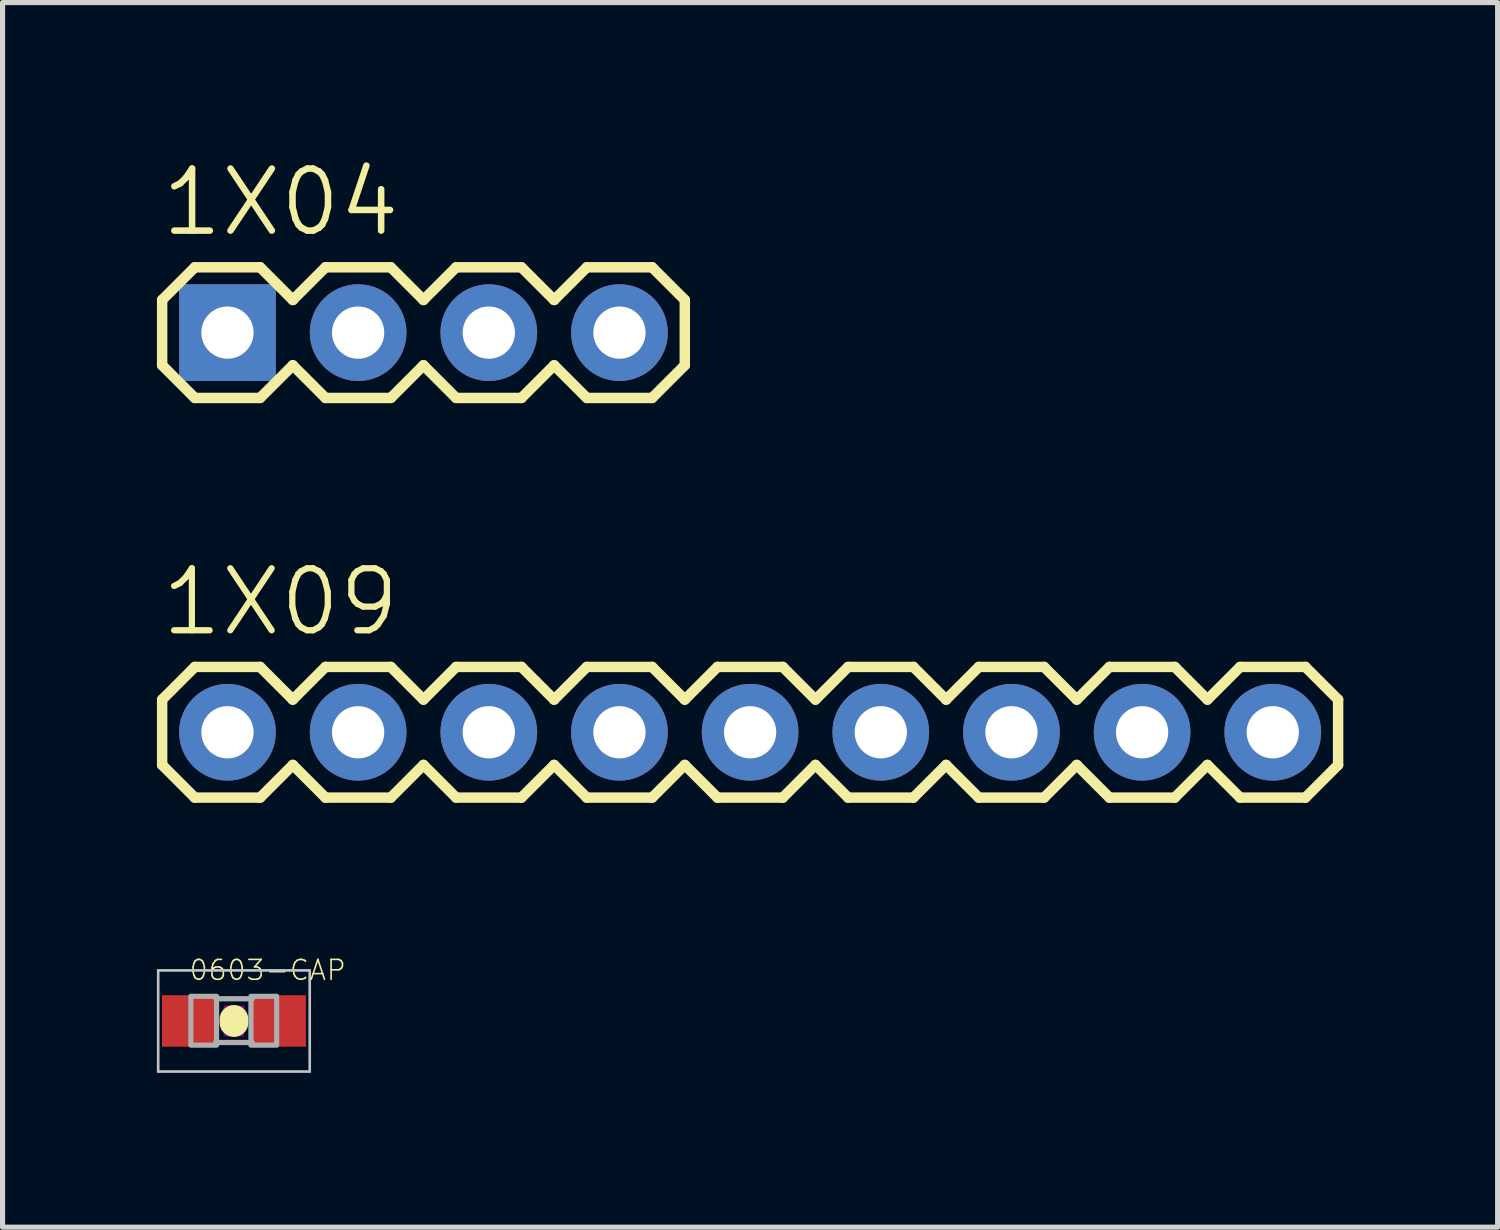
<source format=kicad_pcb>
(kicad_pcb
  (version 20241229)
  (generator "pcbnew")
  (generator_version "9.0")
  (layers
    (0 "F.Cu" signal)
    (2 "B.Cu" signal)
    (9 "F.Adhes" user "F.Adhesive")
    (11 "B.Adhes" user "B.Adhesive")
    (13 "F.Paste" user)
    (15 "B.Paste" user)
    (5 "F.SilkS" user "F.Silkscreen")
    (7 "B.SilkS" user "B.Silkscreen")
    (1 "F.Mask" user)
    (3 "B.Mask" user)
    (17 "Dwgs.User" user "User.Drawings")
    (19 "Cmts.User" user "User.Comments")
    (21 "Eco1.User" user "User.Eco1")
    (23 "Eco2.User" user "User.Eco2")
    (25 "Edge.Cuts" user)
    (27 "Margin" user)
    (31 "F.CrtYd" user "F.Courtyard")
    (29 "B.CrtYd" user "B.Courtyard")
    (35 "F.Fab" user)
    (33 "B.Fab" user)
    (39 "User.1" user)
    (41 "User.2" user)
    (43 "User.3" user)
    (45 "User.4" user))
  (footprint "1X04"
    (layer "F.Cu")
    (at 1.372 3.416)
    (property "Reference" "1X04" (at -1.346 -1.829 0) (layer "F.SilkS") (effects (font (size 1.206 1.206) (thickness 0.127)) (justify left bottom)))
    (attr through_hole)
    (fp_line (start -1.27 -0.635) (end -1.27 0.635) (stroke (width 0.203) (type solid)) (layer "F.SilkS"))
    (fp_line (start -1.27 0.635) (end -0.635 1.27) (stroke (width 0.203) (type solid)) (layer "F.SilkS"))
    (fp_line (start -0.635 -1.27) (end -1.27 -0.635) (stroke (width 0.203) (type solid)) (layer "F.SilkS"))
    (fp_line (start -0.635 -1.27) (end 0.635 -1.27) (stroke (width 0.203) (type solid)) (layer "F.SilkS"))
    (fp_line (start 0.635 -1.27) (end 1.27 -0.635) (stroke (width 0.203) (type solid)) (layer "F.SilkS"))
    (fp_line (start 0.635 1.27) (end -0.635 1.27) (stroke (width 0.203) (type solid)) (layer "F.SilkS"))
    (fp_line (start 1.27 -0.635) (end 1.905 -1.27) (stroke (width 0.203) (type solid)) (layer "F.SilkS"))
    (fp_line (start 1.27 0.635) (end 0.635 1.27) (stroke (width 0.203) (type solid)) (layer "F.SilkS"))
    (fp_line (start 1.905 -1.27) (end 3.175 -1.27) (stroke (width 0.203) (type solid)) (layer "F.SilkS"))
    (fp_line (start 1.905 1.27) (end 1.27 0.635) (stroke (width 0.203) (type solid)) (layer "F.SilkS"))
    (fp_line (start 3.175 -1.27) (end 3.81 -0.635) (stroke (width 0.203) (type solid)) (layer "F.SilkS"))
    (fp_line (start 3.175 1.27) (end 1.905 1.27) (stroke (width 0.203) (type solid)) (layer "F.SilkS"))
    (fp_line (start 3.81 -0.635) (end 4.445 -1.27) (stroke (width 0.203) (type solid)) (layer "F.SilkS"))
    (fp_line (start 3.81 0.635) (end 3.175 1.27) (stroke (width 0.203) (type solid)) (layer "F.SilkS"))
    (fp_line (start 4.445 -1.27) (end 5.715 -1.27) (stroke (width 0.203) (type solid)) (layer "F.SilkS"))
    (fp_line (start 4.445 1.27) (end 3.81 0.635) (stroke (width 0.203) (type solid)) (layer "F.SilkS"))
    (fp_line (start 5.715 -1.27) (end 6.35 -0.635) (stroke (width 0.203) (type solid)) (layer "F.SilkS"))
    (fp_line (start 5.715 1.27) (end 4.445 1.27) (stroke (width 0.203) (type solid)) (layer "F.SilkS"))
    (fp_line (start 6.35 0.635) (end 5.715 1.27) (stroke (width 0.203) (type solid)) (layer "F.SilkS"))
    (fp_line (start 6.35 0.635) (end 6.985 1.27) (stroke (width 0.203) (type solid)) (layer "F.SilkS"))
    (fp_line (start 6.985 -1.27) (end 6.35 -0.635) (stroke (width 0.203) (type solid)) (layer "F.SilkS"))
    (fp_line (start 6.985 -1.27) (end 8.255 -1.27) (stroke (width 0.203) (type solid)) (layer "F.SilkS"))
    (fp_line (start 8.255 -1.27) (end 8.89 -0.635) (stroke (width 0.203) (type solid)) (layer "F.SilkS"))
    (fp_line (start 8.255 1.27) (end 6.985 1.27) (stroke (width 0.203) (type solid)) (layer "F.SilkS"))
    (fp_line (start 8.89 -0.635) (end 8.89 0.635) (stroke (width 0.203) (type solid)) (layer "F.SilkS"))
    (fp_line (start 8.89 0.635) (end 8.255 1.27) (stroke (width 0.203) (type solid)) (layer "F.SilkS"))
    (fp_poly (pts (xy -0.254 0.254) (xy 0.254 0.254) (xy 0.254 -0.254) (xy -0.254 -0.254)) (stroke (width 0.1) (type solid)) (fill no) (layer "F.Fab"))
    (fp_poly (pts (xy 2.286 0.254) (xy 2.794 0.254) (xy 2.794 -0.254) (xy 2.286 -0.254)) (stroke (width 0.1) (type solid)) (fill no) (layer "F.Fab"))
    (fp_poly (pts (xy 4.826 0.254) (xy 5.334 0.254) (xy 5.334 -0.254) (xy 4.826 -0.254)) (stroke (width 0.1) (type solid)) (fill no) (layer "F.Fab"))
    (fp_poly (pts (xy 7.366 0.254) (xy 7.874 0.254) (xy 7.874 -0.254) (xy 7.366 -0.254)) (stroke (width 0.1) (type solid)) (fill no) (layer "F.Fab"))
    (pad "1" thru_hole rect (at 0 0 90) (size 1.88 1.88) (drill 1.016) (layers "*.Cu" "*.Mask"))
    (pad "2" thru_hole circle (at 2.54 0 90) (size 1.88 1.88) (drill 1.016) (layers "*.Cu" "*.Mask"))
    (pad "3" thru_hole circle (at 5.08 0 90) (size 1.88 1.88) (drill 1.016) (layers "*.Cu" "*.Mask"))
    (pad "4" thru_hole circle (at 7.62 0 90) (size 1.88 1.88) (drill 1.016) (layers "*.Cu" "*.Mask")))
  (footprint "1X09"
    (layer "F.Cu")
    (at 1.372 11.185)
    (property "Reference" "1X09" (at -1.346 -1.829 0) (layer "F.SilkS") (effects (font (size 1.206 1.206) (thickness 0.121)) (justify left bottom)))
    (attr through_hole)
    (fp_line (start -1.27 -0.635) (end -1.27 0.635) (stroke (width 0.203) (type solid)) (layer "F.SilkS"))
    (fp_line (start -1.27 0.635) (end -0.635 1.27) (stroke (width 0.203) (type solid)) (layer "F.SilkS"))
    (fp_line (start -0.635 -1.27) (end -1.27 -0.635) (stroke (width 0.203) (type solid)) (layer "F.SilkS"))
    (fp_line (start -0.635 -1.27) (end 0.635 -1.27) (stroke (width 0.203) (type solid)) (layer "F.SilkS"))
    (fp_line (start 0.635 -1.27) (end 1.27 -0.635) (stroke (width 0.203) (type solid)) (layer "F.SilkS"))
    (fp_line (start 0.635 1.27) (end -0.635 1.27) (stroke (width 0.203) (type solid)) (layer "F.SilkS"))
    (fp_line (start 1.27 -0.635) (end 1.905 -1.27) (stroke (width 0.203) (type solid)) (layer "F.SilkS"))
    (fp_line (start 1.27 0.635) (end 0.635 1.27) (stroke (width 0.203) (type solid)) (layer "F.SilkS"))
    (fp_line (start 1.905 -1.27) (end 3.175 -1.27) (stroke (width 0.203) (type solid)) (layer "F.SilkS"))
    (fp_line (start 1.905 1.27) (end 1.27 0.635) (stroke (width 0.203) (type solid)) (layer "F.SilkS"))
    (fp_line (start 3.175 -1.27) (end 3.81 -0.635) (stroke (width 0.203) (type solid)) (layer "F.SilkS"))
    (fp_line (start 3.175 1.27) (end 1.905 1.27) (stroke (width 0.203) (type solid)) (layer "F.SilkS"))
    (fp_line (start 3.81 -0.635) (end 4.445 -1.27) (stroke (width 0.203) (type solid)) (layer "F.SilkS"))
    (fp_line (start 3.81 0.635) (end 3.175 1.27) (stroke (width 0.203) (type solid)) (layer "F.SilkS"))
    (fp_line (start 4.445 -1.27) (end 5.715 -1.27) (stroke (width 0.203) (type solid)) (layer "F.SilkS"))
    (fp_line (start 4.445 1.27) (end 3.81 0.635) (stroke (width 0.203) (type solid)) (layer "F.SilkS"))
    (fp_line (start 5.715 -1.27) (end 6.35 -0.635) (stroke (width 0.203) (type solid)) (layer "F.SilkS"))
    (fp_line (start 5.715 1.27) (end 4.445 1.27) (stroke (width 0.203) (type solid)) (layer "F.SilkS"))
    (fp_line (start 6.35 0.635) (end 5.715 1.27) (stroke (width 0.203) (type solid)) (layer "F.SilkS"))
    (fp_line (start 6.35 0.635) (end 6.985 1.27) (stroke (width 0.203) (type solid)) (layer "F.SilkS"))
    (fp_line (start 6.985 -1.27) (end 6.35 -0.635) (stroke (width 0.203) (type solid)) (layer "F.SilkS"))
    (fp_line (start 6.985 -1.27) (end 8.255 -1.27) (stroke (width 0.203) (type solid)) (layer "F.SilkS"))
    (fp_line (start 8.255 -1.27) (end 8.89 -0.635) (stroke (width 0.203) (type solid)) (layer "F.SilkS"))
    (fp_line (start 8.255 1.27) (end 6.985 1.27) (stroke (width 0.203) (type solid)) (layer "F.SilkS"))
    (fp_line (start 8.89 -0.635) (end 9.525 -1.27) (stroke (width 0.203) (type solid)) (layer "F.SilkS"))
    (fp_line (start 8.89 0.635) (end 8.255 1.27) (stroke (width 0.203) (type solid)) (layer "F.SilkS"))
    (fp_line (start 9.525 -1.27) (end 10.795 -1.27) (stroke (width 0.203) (type solid)) (layer "F.SilkS"))
    (fp_line (start 9.525 1.27) (end 8.89 0.635) (stroke (width 0.203) (type solid)) (layer "F.SilkS"))
    (fp_line (start 10.795 -1.27) (end 11.43 -0.635) (stroke (width 0.203) (type solid)) (layer "F.SilkS"))
    (fp_line (start 10.795 1.27) (end 9.525 1.27) (stroke (width 0.203) (type solid)) (layer "F.SilkS"))
    (fp_line (start 11.43 -0.635) (end 12.065 -1.27) (stroke (width 0.203) (type solid)) (layer "F.SilkS"))
    (fp_line (start 11.43 0.635) (end 10.795 1.27) (stroke (width 0.203) (type solid)) (layer "F.SilkS"))
    (fp_line (start 12.065 -1.27) (end 13.335 -1.27) (stroke (width 0.203) (type solid)) (layer "F.SilkS"))
    (fp_line (start 12.065 1.27) (end 11.43 0.635) (stroke (width 0.203) (type solid)) (layer "F.SilkS"))
    (fp_line (start 13.335 -1.27) (end 13.97 -0.635) (stroke (width 0.203) (type solid)) (layer "F.SilkS"))
    (fp_line (start 13.335 1.27) (end 12.065 1.27) (stroke (width 0.203) (type solid)) (layer "F.SilkS"))
    (fp_line (start 13.97 0.635) (end 13.335 1.27) (stroke (width 0.203) (type solid)) (layer "F.SilkS"))
    (fp_line (start 13.97 0.635) (end 14.605 1.27) (stroke (width 0.203) (type solid)) (layer "F.SilkS"))
    (fp_line (start 14.605 -1.27) (end 13.97 -0.635) (stroke (width 0.203) (type solid)) (layer "F.SilkS"))
    (fp_line (start 14.605 -1.27) (end 15.875 -1.27) (stroke (width 0.203) (type solid)) (layer "F.SilkS"))
    (fp_line (start 15.875 -1.27) (end 16.51 -0.635) (stroke (width 0.203) (type solid)) (layer "F.SilkS"))
    (fp_line (start 15.875 1.27) (end 14.605 1.27) (stroke (width 0.203) (type solid)) (layer "F.SilkS"))
    (fp_line (start 16.51 0.635) (end 15.875 1.27) (stroke (width 0.203) (type solid)) (layer "F.SilkS"))
    (fp_line (start 16.51 0.635) (end 17.145 1.27) (stroke (width 0.203) (type solid)) (layer "F.SilkS"))
    (fp_line (start 17.145 -1.27) (end 16.51 -0.635) (stroke (width 0.203) (type solid)) (layer "F.SilkS"))
    (fp_line (start 17.145 -1.27) (end 18.415 -1.27) (stroke (width 0.203) (type solid)) (layer "F.SilkS"))
    (fp_line (start 18.415 -1.27) (end 19.05 -0.635) (stroke (width 0.203) (type solid)) (layer "F.SilkS"))
    (fp_line (start 18.415 1.27) (end 17.145 1.27) (stroke (width 0.203) (type solid)) (layer "F.SilkS"))
    (fp_line (start 19.05 0.635) (end 18.415 1.27) (stroke (width 0.203) (type solid)) (layer "F.SilkS"))
    (fp_line (start 19.05 0.635) (end 19.685 1.27) (stroke (width 0.203) (type solid)) (layer "F.SilkS"))
    (fp_line (start 19.685 -1.27) (end 19.05 -0.635) (stroke (width 0.203) (type solid)) (layer "F.SilkS"))
    (fp_line (start 19.685 -1.27) (end 20.955 -1.27) (stroke (width 0.203) (type solid)) (layer "F.SilkS"))
    (fp_line (start 20.955 -1.27) (end 21.59 -0.635) (stroke (width 0.203) (type solid)) (layer "F.SilkS"))
    (fp_line (start 20.955 1.27) (end 19.685 1.27) (stroke (width 0.203) (type solid)) (layer "F.SilkS"))
    (fp_line (start 21.59 -0.635) (end 21.59 0.635) (stroke (width 0.203) (type solid)) (layer "F.SilkS"))
    (fp_line (start 21.59 0.635) (end 20.955 1.27) (stroke (width 0.203) (type solid)) (layer "F.SilkS"))
    (fp_poly (pts (xy -0.254 0.254) (xy 0.254 0.254) (xy 0.254 -0.254) (xy -0.254 -0.254)) (stroke (width 0.1) (type solid)) (fill no) (layer "F.Fab"))
    (fp_poly (pts (xy 2.286 0.254) (xy 2.794 0.254) (xy 2.794 -0.254) (xy 2.286 -0.254)) (stroke (width 0.1) (type solid)) (fill no) (layer "F.Fab"))
    (fp_poly (pts (xy 4.826 0.254) (xy 5.334 0.254) (xy 5.334 -0.254) (xy 4.826 -0.254)) (stroke (width 0.1) (type solid)) (fill no) (layer "F.Fab"))
    (fp_poly (pts (xy 7.366 0.254) (xy 7.874 0.254) (xy 7.874 -0.254) (xy 7.366 -0.254)) (stroke (width 0.1) (type solid)) (fill no) (layer "F.Fab"))
    (fp_poly (pts (xy 9.906 0.254) (xy 10.414 0.254) (xy 10.414 -0.254) (xy 9.906 -0.254)) (stroke (width 0.1) (type solid)) (fill no) (layer "F.Fab"))
    (fp_poly (pts (xy 12.446 0.254) (xy 12.954 0.254) (xy 12.954 -0.254) (xy 12.446 -0.254)) (stroke (width 0.1) (type solid)) (fill no) (layer "F.Fab"))
    (fp_poly (pts (xy 14.986 0.254) (xy 15.494 0.254) (xy 15.494 -0.254) (xy 14.986 -0.254)) (stroke (width 0.1) (type solid)) (fill no) (layer "F.Fab"))
    (fp_poly (pts (xy 17.526 0.254) (xy 18.034 0.254) (xy 18.034 -0.254) (xy 17.526 -0.254)) (stroke (width 0.1) (type solid)) (fill no) (layer "F.Fab"))
    (fp_poly (pts (xy 20.066 0.254) (xy 20.574 0.254) (xy 20.574 -0.254) (xy 20.066 -0.254)) (stroke (width 0.1) (type solid)) (fill no) (layer "F.Fab"))
    (pad "1" thru_hole circle (at 0 0 90) (size 1.88 1.88) (drill 1.016) (layers "*.Cu" "*.Mask"))
    (pad "2" thru_hole circle (at 2.54 0 90) (size 1.88 1.88) (drill 1.016) (layers "*.Cu" "*.Mask"))
    (pad "3" thru_hole circle (at 5.08 0 90) (size 1.88 1.88) (drill 1.016) (layers "*.Cu" "*.Mask"))
    (pad "4" thru_hole circle (at 7.62 0 90) (size 1.88 1.88) (drill 1.016) (layers "*.Cu" "*.Mask"))
    (pad "5" thru_hole circle (at 10.16 0 90) (size 1.88 1.88) (drill 1.016) (layers "*.Cu" "*.Mask"))
    (pad "6" thru_hole circle (at 12.7 0 90) (size 1.88 1.88) (drill 1.016) (layers "*.Cu" "*.Mask"))
    (pad "7" thru_hole circle (at 15.24 0 90) (size 1.88 1.88) (drill 1.016) (layers "*.Cu" "*.Mask"))
    (pad "8" thru_hole circle (at 17.78 0 90) (size 1.88 1.88) (drill 1.016) (layers "*.Cu" "*.Mask"))
    (pad "9" thru_hole circle (at 20.32 0 90) (size 1.88 1.88) (drill 1.016) (layers "*.Cu" "*.Mask")))
  (footprint "0603-CAP"
    (layer "F.Cu")
    (at 1.498 16.797)
    (property "Reference" "0603-CAP" (at -0.889 -0.762 180) (layer "F.SilkS") (effects (font (size 0.386 0.386) (thickness 0.031)) (justify left bottom)))
    (attr through_hole)
    (fp_line (start 0 -0.03) (end 0 0.03) (stroke (width 0.559) (type solid)) (layer "F.SilkS"))
    (fp_poly (pts (xy -0.2 0.3) (xy 0.2 0.3) (xy 0.2 -0.3) (xy -0.2 -0.3)) (stroke (width 0) (type solid)) (fill yes) (layer "F.Adhes"))
    (fp_line (start -1.473 -0.983) (end 1.473 -0.983) (stroke (width 0.051) (type solid)) (layer "Dwgs.User"))
    (fp_line (start -1.473 0.983) (end -1.473 -0.983) (stroke (width 0.051) (type solid)) (layer "Dwgs.User"))
    (fp_line (start 1.473 -0.983) (end 1.473 0.983) (stroke (width 0.051) (type solid)) (layer "Dwgs.User"))
    (fp_line (start 1.473 0.983) (end -1.473 0.983) (stroke (width 0.051) (type solid)) (layer "Dwgs.User"))
    (fp_line (start -0.356 -0.432) (end 0.356 -0.432) (stroke (width 0.102) (type solid)) (layer "F.Fab"))
    (fp_line (start -0.356 0.419) (end 0.356 0.419) (stroke (width 0.102) (type solid)) (layer "F.Fab"))
    (fp_poly (pts (xy -0.838 0.47) (xy -0.338 0.47) (xy -0.338 -0.48) (xy -0.838 -0.48)) (stroke (width 0.1) (type solid)) (fill no) (layer "F.Fab"))
    (fp_poly (pts (xy 0.33 0.47) (xy 0.83 0.47) (xy 0.83 -0.48) (xy 0.33 -0.48)) (stroke (width 0.1) (type solid)) (fill no) (layer "F.Fab"))
    (pad "1" smd rect (at -0.85 0) (size 1.1 1) (layers "F.Cu" "F.Mask" "F.Paste"))
    (pad "2" smd rect (at 0.85 0) (size 1.1 1) (layers "F.Cu" "F.Mask" "F.Paste")))
  (gr_rect
    (start -3 -3)
    (end 26.063 20.806)
    (stroke (width 0.1) (type default))
    (fill no)
    (layer "Edge.Cuts")))
</source>
